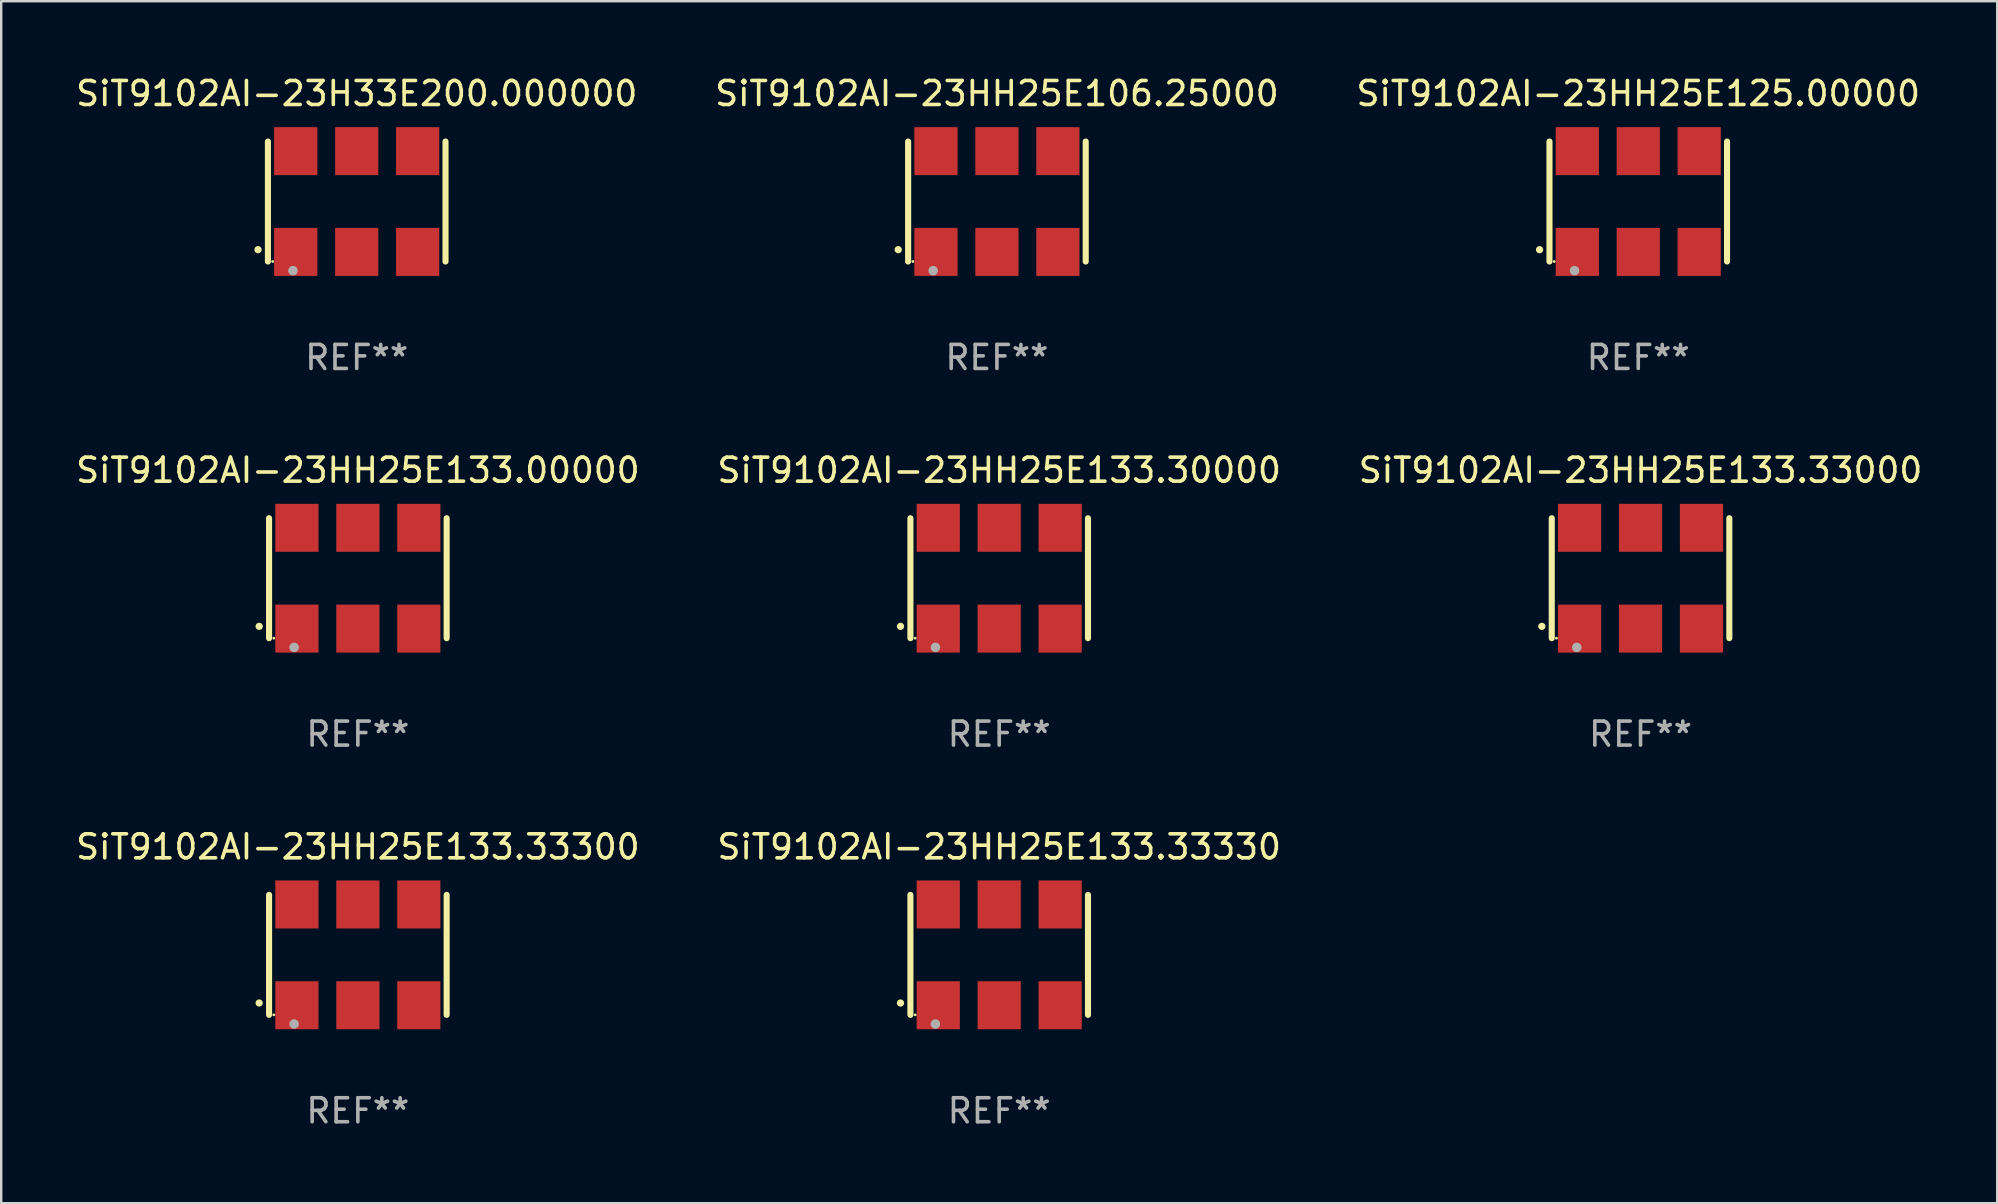
<source format=kicad_pcb>
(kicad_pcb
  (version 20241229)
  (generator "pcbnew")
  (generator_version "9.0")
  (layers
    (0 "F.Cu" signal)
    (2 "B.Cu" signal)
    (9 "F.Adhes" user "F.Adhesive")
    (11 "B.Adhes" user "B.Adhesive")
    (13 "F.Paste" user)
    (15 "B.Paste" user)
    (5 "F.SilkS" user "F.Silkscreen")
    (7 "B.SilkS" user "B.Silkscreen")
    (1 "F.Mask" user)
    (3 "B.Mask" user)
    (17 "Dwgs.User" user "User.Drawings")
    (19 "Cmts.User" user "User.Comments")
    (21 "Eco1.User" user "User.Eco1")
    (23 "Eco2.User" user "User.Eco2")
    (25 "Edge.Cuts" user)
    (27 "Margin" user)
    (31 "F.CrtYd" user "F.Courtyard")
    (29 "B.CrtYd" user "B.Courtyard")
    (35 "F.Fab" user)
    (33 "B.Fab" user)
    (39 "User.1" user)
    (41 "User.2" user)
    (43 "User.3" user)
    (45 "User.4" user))
  (footprint "SiT9102AI-23HH25E133.33330"
    (layer "F.Cu")
    (at 38.589 36.741)
    (property "Reference" "SiT9102AI-23HH25E133.33330" (at 0 -4.5 0) (layer "F.SilkS") (effects (font (size 1 1) (thickness 0.15))))
    (attr through_hole)
    (fp_line (start -3.7 -2.5) (end -3.7 2.5) (stroke (width 0.254) (type solid)) (layer "F.SilkS"))
    (fp_line (start 3.7 -2.5) (end 3.7 2.5) (stroke (width 0.254) (type solid)) (layer "F.SilkS"))
    (fp_arc (start -4.114415 2.006604) (mid -4.113145 2.006599) (end -4.111875 2.006604) (stroke (width 0.3) (type solid)) (layer "F.SilkS"))
    (fp_circle (center -3.502 2.5) (end -3.472 2.5) (stroke (width 0.06) (type solid)) (fill no) (layer "F.SilkS"))
    (fp_circle (center -2.657 2.882) (end -2.557 2.882) (stroke (width 0.2) (type solid)) (fill no) (layer "F.Fab"))
    (fp_text user "REF**" (at 0 6.5 0) (layer "F.Fab") (effects (font (size 1 1) (thickness 0.15))))
    (pad "1" smd rect (at -2.54 2.1) (size 1.8 2) (layers "F.Cu" "F.Mask" "F.Paste"))
    (pad "2" smd rect (at 0.000394 2.1) (size 1.8 2) (layers "F.Cu" "F.Mask" "F.Paste"))
    (pad "3" smd rect (at 2.54 2.1) (size 1.8 2) (layers "F.Cu" "F.Mask" "F.Paste"))
    (pad "4" smd rect (at 2.54 -2.1) (size 1.8 2) (layers "F.Cu" "F.Mask" "F.Paste"))
    (pad "5" smd rect (at 0.000394 -2.1) (size 1.8 2) (layers "F.Cu" "F.Mask" "F.Paste"))
    (pad "6" smd rect (at -2.54 -2.1) (size 1.8 2) (layers "F.Cu" "F.Mask" "F.Paste")))
  (footprint "SiT9102AI-23HH25E133.33000"
    (layer "F.Cu")
    (at 65.315 21.045)
    (property "Reference" "SiT9102AI-23HH25E133.33000" (at 0 -4.5 0) (layer "F.SilkS") (effects (font (size 1 1) (thickness 0.15))))
    (attr through_hole)
    (fp_line (start -3.7 -2.5) (end -3.7 2.5) (stroke (width 0.254) (type solid)) (layer "F.SilkS"))
    (fp_line (start 3.7 -2.5) (end 3.7 2.5) (stroke (width 0.254) (type solid)) (layer "F.SilkS"))
    (fp_arc (start -4.114415 2.006604) (mid -4.113145 2.006599) (end -4.111875 2.006604) (stroke (width 0.3) (type solid)) (layer "F.SilkS"))
    (fp_circle (center -3.502 2.5) (end -3.472 2.5) (stroke (width 0.06) (type solid)) (fill no) (layer "F.SilkS"))
    (fp_circle (center -2.657 2.882) (end -2.557 2.882) (stroke (width 0.2) (type solid)) (fill no) (layer "F.Fab"))
    (fp_text user "REF**" (at 0 6.5 0) (layer "F.Fab") (effects (font (size 1 1) (thickness 0.15))))
    (pad "1" smd rect (at -2.54 2.1) (size 1.8 2) (layers "F.Cu" "F.Mask" "F.Paste"))
    (pad "2" smd rect (at 0.000394 2.1) (size 1.8 2) (layers "F.Cu" "F.Mask" "F.Paste"))
    (pad "3" smd rect (at 2.54 2.1) (size 1.8 2) (layers "F.Cu" "F.Mask" "F.Paste"))
    (pad "4" smd rect (at 2.54 -2.1) (size 1.8 2) (layers "F.Cu" "F.Mask" "F.Paste"))
    (pad "5" smd rect (at 0.000394 -2.1) (size 1.8 2) (layers "F.Cu" "F.Mask" "F.Paste"))
    (pad "6" smd rect (at -2.54 -2.1) (size 1.8 2) (layers "F.Cu" "F.Mask" "F.Paste")))
  (footprint "SiT9102AI-23H33E200.000000"
    (layer "F.Cu")
    (at 11.815 5.348)
    (property "Reference" "SiT9102AI-23H33E200.000000" (at 0 -4.5 0) (layer "F.SilkS") (effects (font (size 1 1) (thickness 0.15))))
    (attr through_hole)
    (fp_line (start -3.7 -2.5) (end -3.7 2.5) (stroke (width 0.254) (type solid)) (layer "F.SilkS"))
    (fp_line (start 3.7 -2.5) (end 3.7 2.5) (stroke (width 0.254) (type solid)) (layer "F.SilkS"))
    (fp_arc (start -4.114415 2.006604) (mid -4.113145 2.006599) (end -4.111875 2.006604) (stroke (width 0.3) (type solid)) (layer "F.SilkS"))
    (fp_circle (center -3.502 2.5) (end -3.472 2.5) (stroke (width 0.06) (type solid)) (fill no) (layer "F.SilkS"))
    (fp_circle (center -2.657 2.882) (end -2.557 2.882) (stroke (width 0.2) (type solid)) (fill no) (layer "F.Fab"))
    (fp_text user "REF**" (at 0 6.5 0) (layer "F.Fab") (effects (font (size 1 1) (thickness 0.15))))
    (pad "1" smd rect (at -2.54 2.1) (size 1.8 2) (layers "F.Cu" "F.Mask" "F.Paste"))
    (pad "2" smd rect (at 0.000394 2.1) (size 1.8 2) (layers "F.Cu" "F.Mask" "F.Paste"))
    (pad "3" smd rect (at 2.54 2.1) (size 1.8 2) (layers "F.Cu" "F.Mask" "F.Paste"))
    (pad "4" smd rect (at 2.54 -2.1) (size 1.8 2) (layers "F.Cu" "F.Mask" "F.Paste"))
    (pad "5" smd rect (at 0.000394 -2.1) (size 1.8 2) (layers "F.Cu" "F.Mask" "F.Paste"))
    (pad "6" smd rect (at -2.54 -2.1) (size 1.8 2) (layers "F.Cu" "F.Mask" "F.Paste")))
  (footprint "SiT9102AI-23HH25E133.00000"
    (layer "F.Cu")
    (at 11.863 21.045)
    (property "Reference" "SiT9102AI-23HH25E133.00000" (at 0 -4.5 0) (layer "F.SilkS") (effects (font (size 1 1) (thickness 0.15))))
    (attr through_hole)
    (fp_line (start -3.7 -2.5) (end -3.7 2.5) (stroke (width 0.254) (type solid)) (layer "F.SilkS"))
    (fp_line (start 3.7 -2.5) (end 3.7 2.5) (stroke (width 0.254) (type solid)) (layer "F.SilkS"))
    (fp_arc (start -4.114415 2.006604) (mid -4.113145 2.006599) (end -4.111875 2.006604) (stroke (width 0.3) (type solid)) (layer "F.SilkS"))
    (fp_circle (center -3.502 2.5) (end -3.472 2.5) (stroke (width 0.06) (type solid)) (fill no) (layer "F.SilkS"))
    (fp_circle (center -2.657 2.882) (end -2.557 2.882) (stroke (width 0.2) (type solid)) (fill no) (layer "F.Fab"))
    (fp_text user "REF**" (at 0 6.5 0) (layer "F.Fab") (effects (font (size 1 1) (thickness 0.15))))
    (pad "1" smd rect (at -2.54 2.1) (size 1.8 2) (layers "F.Cu" "F.Mask" "F.Paste"))
    (pad "2" smd rect (at 0.000394 2.1) (size 1.8 2) (layers "F.Cu" "F.Mask" "F.Paste"))
    (pad "3" smd rect (at 2.54 2.1) (size 1.8 2) (layers "F.Cu" "F.Mask" "F.Paste"))
    (pad "4" smd rect (at 2.54 -2.1) (size 1.8 2) (layers "F.Cu" "F.Mask" "F.Paste"))
    (pad "5" smd rect (at 0.000394 -2.1) (size 1.8 2) (layers "F.Cu" "F.Mask" "F.Paste"))
    (pad "6" smd rect (at -2.54 -2.1) (size 1.8 2) (layers "F.Cu" "F.Mask" "F.Paste")))
  (footprint "SiT9102AI-23HH25E133.33300"
    (layer "F.Cu")
    (at 11.863 36.741)
    (property "Reference" "SiT9102AI-23HH25E133.33300" (at 0 -4.5 0) (layer "F.SilkS") (effects (font (size 1 1) (thickness 0.15))))
    (attr through_hole)
    (fp_line (start -3.7 -2.5) (end -3.7 2.5) (stroke (width 0.254) (type solid)) (layer "F.SilkS"))
    (fp_line (start 3.7 -2.5) (end 3.7 2.5) (stroke (width 0.254) (type solid)) (layer "F.SilkS"))
    (fp_arc (start -4.114415 2.006604) (mid -4.113145 2.006599) (end -4.111875 2.006604) (stroke (width 0.3) (type solid)) (layer "F.SilkS"))
    (fp_circle (center -3.502 2.5) (end -3.472 2.5) (stroke (width 0.06) (type solid)) (fill no) (layer "F.SilkS"))
    (fp_circle (center -2.657 2.882) (end -2.557 2.882) (stroke (width 0.2) (type solid)) (fill no) (layer "F.Fab"))
    (fp_text user "REF**" (at 0 6.5 0) (layer "F.Fab") (effects (font (size 1 1) (thickness 0.15))))
    (pad "1" smd rect (at -2.54 2.1) (size 1.8 2) (layers "F.Cu" "F.Mask" "F.Paste"))
    (pad "2" smd rect (at 0.000394 2.1) (size 1.8 2) (layers "F.Cu" "F.Mask" "F.Paste"))
    (pad "3" smd rect (at 2.54 2.1) (size 1.8 2) (layers "F.Cu" "F.Mask" "F.Paste"))
    (pad "4" smd rect (at 2.54 -2.1) (size 1.8 2) (layers "F.Cu" "F.Mask" "F.Paste"))
    (pad "5" smd rect (at 0.000394 -2.1) (size 1.8 2) (layers "F.Cu" "F.Mask" "F.Paste"))
    (pad "6" smd rect (at -2.54 -2.1) (size 1.8 2) (layers "F.Cu" "F.Mask" "F.Paste")))
  (footprint "SiT9102AI-23HH25E133.30000"
    (layer "F.Cu")
    (at 38.589 21.045)
    (property "Reference" "SiT9102AI-23HH25E133.30000" (at 0 -4.5 0) (layer "F.SilkS") (effects (font (size 1 1) (thickness 0.15))))
    (attr through_hole)
    (fp_line (start -3.7 -2.5) (end -3.7 2.5) (stroke (width 0.254) (type solid)) (layer "F.SilkS"))
    (fp_line (start 3.7 -2.5) (end 3.7 2.5) (stroke (width 0.254) (type solid)) (layer "F.SilkS"))
    (fp_arc (start -4.114415 2.006604) (mid -4.113145 2.006599) (end -4.111875 2.006604) (stroke (width 0.3) (type solid)) (layer "F.SilkS"))
    (fp_circle (center -3.502 2.5) (end -3.472 2.5) (stroke (width 0.06) (type solid)) (fill no) (layer "F.SilkS"))
    (fp_circle (center -2.657 2.882) (end -2.557 2.882) (stroke (width 0.2) (type solid)) (fill no) (layer "F.Fab"))
    (fp_text user "REF**" (at 0 6.5 0) (layer "F.Fab") (effects (font (size 1 1) (thickness 0.15))))
    (pad "1" smd rect (at -2.54 2.1) (size 1.8 2) (layers "F.Cu" "F.Mask" "F.Paste"))
    (pad "2" smd rect (at 0.000394 2.1) (size 1.8 2) (layers "F.Cu" "F.Mask" "F.Paste"))
    (pad "3" smd rect (at 2.54 2.1) (size 1.8 2) (layers "F.Cu" "F.Mask" "F.Paste"))
    (pad "4" smd rect (at 2.54 -2.1) (size 1.8 2) (layers "F.Cu" "F.Mask" "F.Paste"))
    (pad "5" smd rect (at 0.000394 -2.1) (size 1.8 2) (layers "F.Cu" "F.Mask" "F.Paste"))
    (pad "6" smd rect (at -2.54 -2.1) (size 1.8 2) (layers "F.Cu" "F.Mask" "F.Paste")))
  (footprint "SiT9102AI-23HH25E125.00000"
    (layer "F.Cu")
    (at 65.22 5.348)
    (property "Reference" "SiT9102AI-23HH25E125.00000" (at 0 -4.5 0) (layer "F.SilkS") (effects (font (size 1 1) (thickness 0.15))))
    (attr through_hole)
    (fp_line (start -3.7 -2.5) (end -3.7 2.5) (stroke (width 0.254) (type solid)) (layer "F.SilkS"))
    (fp_line (start 3.7 -2.5) (end 3.7 2.5) (stroke (width 0.254) (type solid)) (layer "F.SilkS"))
    (fp_arc (start -4.114415 2.006604) (mid -4.113145 2.006599) (end -4.111875 2.006604) (stroke (width 0.3) (type solid)) (layer "F.SilkS"))
    (fp_circle (center -3.502 2.5) (end -3.472 2.5) (stroke (width 0.06) (type solid)) (fill no) (layer "F.SilkS"))
    (fp_circle (center -2.657 2.882) (end -2.557 2.882) (stroke (width 0.2) (type solid)) (fill no) (layer "F.Fab"))
    (fp_text user "REF**" (at 0 6.5 0) (layer "F.Fab") (effects (font (size 1 1) (thickness 0.15))))
    (pad "1" smd rect (at -2.54 2.1) (size 1.8 2) (layers "F.Cu" "F.Mask" "F.Paste"))
    (pad "2" smd rect (at 0.000394 2.1) (size 1.8 2) (layers "F.Cu" "F.Mask" "F.Paste"))
    (pad "3" smd rect (at 2.54 2.1) (size 1.8 2) (layers "F.Cu" "F.Mask" "F.Paste"))
    (pad "4" smd rect (at 2.54 -2.1) (size 1.8 2) (layers "F.Cu" "F.Mask" "F.Paste"))
    (pad "5" smd rect (at 0.000394 -2.1) (size 1.8 2) (layers "F.Cu" "F.Mask" "F.Paste"))
    (pad "6" smd rect (at -2.54 -2.1) (size 1.8 2) (layers "F.Cu" "F.Mask" "F.Paste")))
  (footprint "SiT9102AI-23HH25E106.25000"
    (layer "F.Cu")
    (at 38.494 5.348)
    (property "Reference" "SiT9102AI-23HH25E106.25000" (at 0 -4.5 0) (layer "F.SilkS") (effects (font (size 1 1) (thickness 0.15))))
    (attr through_hole)
    (fp_line (start -3.7 -2.5) (end -3.7 2.5) (stroke (width 0.254) (type solid)) (layer "F.SilkS"))
    (fp_line (start 3.7 -2.5) (end 3.7 2.5) (stroke (width 0.254) (type solid)) (layer "F.SilkS"))
    (fp_arc (start -4.114415 2.006604) (mid -4.113145 2.006599) (end -4.111875 2.006604) (stroke (width 0.3) (type solid)) (layer "F.SilkS"))
    (fp_circle (center -3.502 2.5) (end -3.472 2.5) (stroke (width 0.06) (type solid)) (fill no) (layer "F.SilkS"))
    (fp_circle (center -2.657 2.882) (end -2.557 2.882) (stroke (width 0.2) (type solid)) (fill no) (layer "F.Fab"))
    (fp_text user "REF**" (at 0 6.5 0) (layer "F.Fab") (effects (font (size 1 1) (thickness 0.15))))
    (pad "1" smd rect (at -2.54 2.1) (size 1.8 2) (layers "F.Cu" "F.Mask" "F.Paste"))
    (pad "2" smd rect (at 0.000394 2.1) (size 1.8 2) (layers "F.Cu" "F.Mask" "F.Paste"))
    (pad "3" smd rect (at 2.54 2.1) (size 1.8 2) (layers "F.Cu" "F.Mask" "F.Paste"))
    (pad "4" smd rect (at 2.54 -2.1) (size 1.8 2) (layers "F.Cu" "F.Mask" "F.Paste"))
    (pad "5" smd rect (at 0.000394 -2.1) (size 1.8 2) (layers "F.Cu" "F.Mask" "F.Paste"))
    (pad "6" smd rect (at -2.54 -2.1) (size 1.8 2) (layers "F.Cu" "F.Mask" "F.Paste")))
  (gr_rect
    (start -3 -3)
    (end 80.179 47.09)
    (stroke (width 0.1) (type default))
    (fill no)
    (layer "Edge.Cuts")))
</source>
